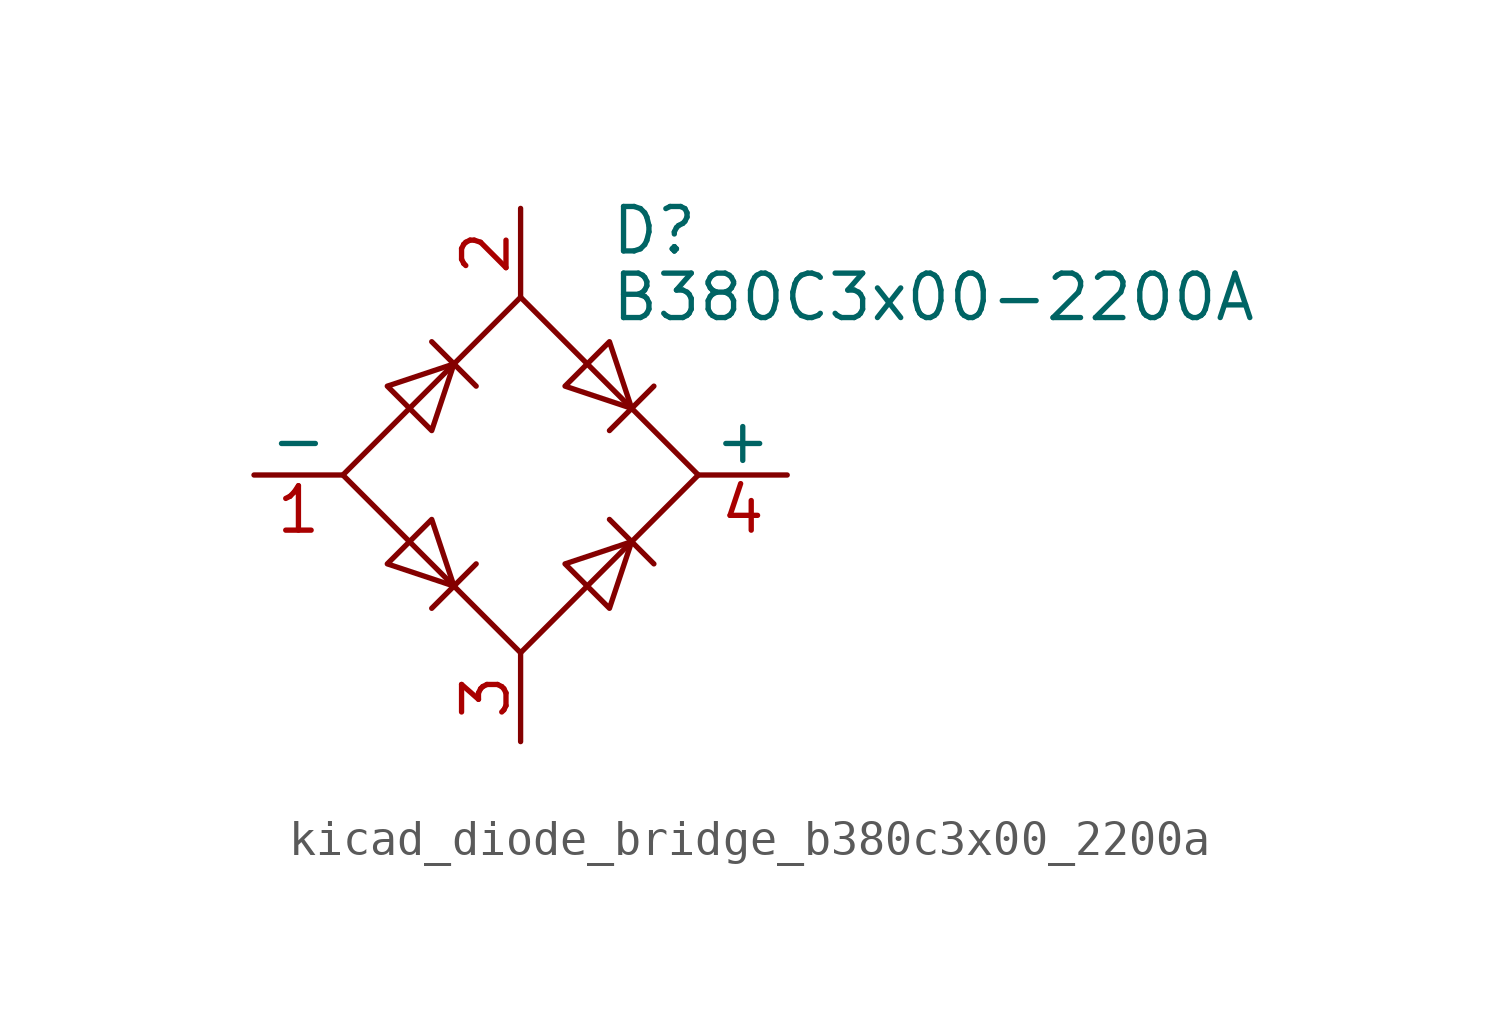
<source format=kicad_sym>
(kicad_symbol_lib
  (version 20220914)
  (generator kicad_symbol_editor)
  (symbol "kicad_diode_bridge_b380c3x00_2200a"
    (pin_names
      (offset 0))
    (property "Reference" "D"
      (at 2.54 6.985 0)
      (effects (font (size 1.27 1.27)) (justify left)))
    (property "Value" "B380C3x00-2200A"
      (at 2.54 5.08 0)
      (effects (font (size 1.27 1.27)) (justify left)))
    (symbol "kicad_diode_bridge_b380c3x00_2200a_0_1"
      (polyline (pts (xy -2.54 3.81) (xy -1.27 2.54)) (stroke (width 0) (type default)) (fill (type none)))
      (polyline (pts (xy -1.27 -2.54) (xy -2.54 -3.81)) (stroke (width 0) (type default)) (fill (type none)))
      (polyline (pts (xy 2.54 -1.27) (xy 3.81 -2.54)) (stroke (width 0) (type default)) (fill (type none)))
      (polyline (pts (xy 2.54 1.27) (xy 3.81 2.54)) (stroke (width 0) (type default)) (fill (type none)))
      (polyline (pts (xy -3.81 2.54) (xy -2.54 1.27) (xy -1.905 3.175) (xy -3.81 2.54)) (stroke (width 0) (type default)) (fill (type none)))
      (polyline (pts (xy -2.54 -1.27) (xy -3.81 -2.54) (xy -1.905 -3.175) (xy -2.54 -1.27)) (stroke (width 0) (type default)) (fill (type none)))
      (polyline (pts (xy 1.27 2.54) (xy 2.54 3.81) (xy 3.175 1.905) (xy 1.27 2.54)) (stroke (width 0) (type default)) (fill (type none)))
      (polyline (pts (xy 3.175 -1.905) (xy 1.27 -2.54) (xy 2.54 -3.81) (xy 3.175 -1.905)) (stroke (width 0) (type default)) (fill (type none)))
      (polyline (pts (xy -5.08 0) (xy 0 -5.08) (xy 5.08 0) (xy 0 5.08) (xy -5.08 0)) (stroke (width 0) (type default)) (fill (type none))))
    (symbol "kicad_diode_bridge_b380c3x00_2200a_1_1"
      (pin passive line (at -7.62 0 0) (length 2.54) (name "-" (effects (font (size 1.27 1.27)))) (number "1" (effects (font (size 1.27 1.27)))))
      (pin passive line (at 0 7.62 270) (length 2.54) (name "~" (effects (font (size 1.27 1.27)))) (number "2" (effects (font (size 1.27 1.27)))))
      (pin passive line (at 0 -7.62 90) (length 2.54) (name "~" (effects (font (size 1.27 1.27)))) (number "3" (effects (font (size 1.27 1.27)))))
      (pin passive line (at 7.62 0 180) (length 2.54) (name "+" (effects (font (size 1.27 1.27)))) (number "4" (effects (font (size 1.27 1.27))))))))
</source>
